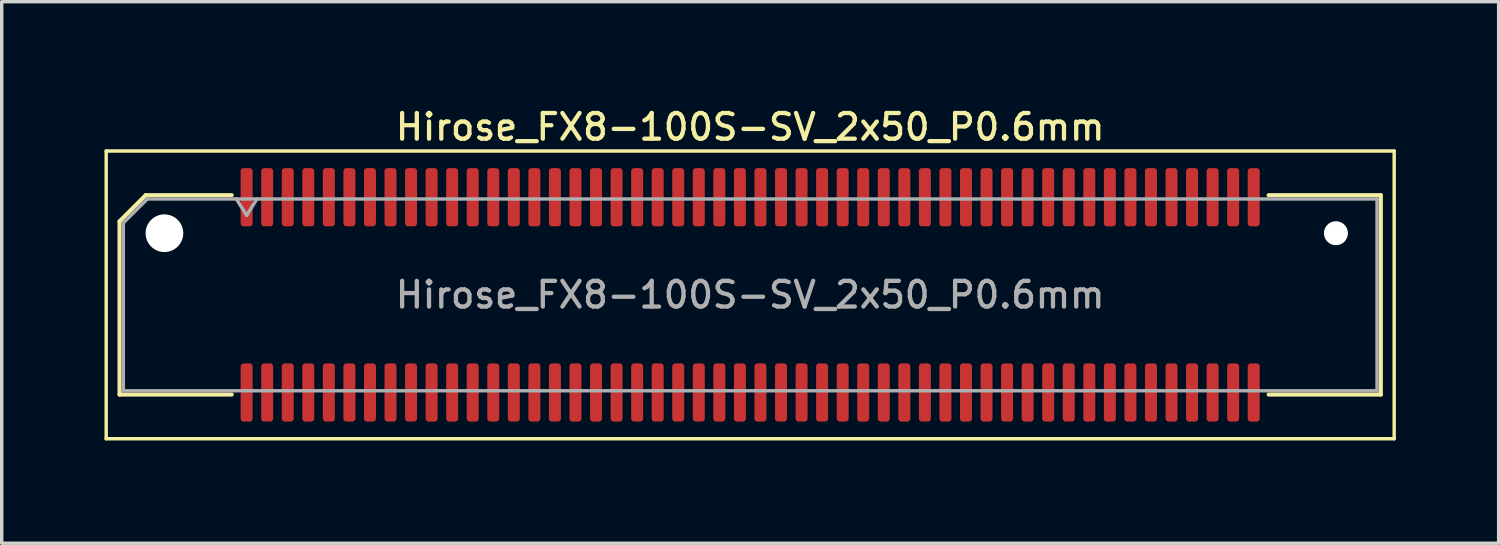
<source format=kicad_pcb>
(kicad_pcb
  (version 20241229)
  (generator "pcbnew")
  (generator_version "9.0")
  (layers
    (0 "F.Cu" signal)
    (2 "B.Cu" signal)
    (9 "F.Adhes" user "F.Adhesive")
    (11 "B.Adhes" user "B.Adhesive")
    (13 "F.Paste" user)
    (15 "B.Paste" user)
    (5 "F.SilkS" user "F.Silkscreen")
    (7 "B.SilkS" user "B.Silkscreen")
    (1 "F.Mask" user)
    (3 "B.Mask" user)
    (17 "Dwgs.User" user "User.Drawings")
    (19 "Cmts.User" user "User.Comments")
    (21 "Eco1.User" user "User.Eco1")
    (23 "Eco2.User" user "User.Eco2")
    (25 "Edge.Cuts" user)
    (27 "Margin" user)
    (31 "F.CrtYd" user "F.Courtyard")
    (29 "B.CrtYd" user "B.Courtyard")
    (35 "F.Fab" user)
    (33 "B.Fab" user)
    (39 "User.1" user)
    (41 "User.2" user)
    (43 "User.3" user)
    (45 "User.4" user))
  (footprint "Hirose_FX8-100S-SV_2x50_P0.6mm"
    (layer "F.Cu")
    (at 18.85 5.558)
    (property "Reference" "Hirose_FX8-100S-SV_2x50_P0.6mm" (at 0 -4.9 0) (layer "F.SilkS") (effects (font (size 0.75 0.75) (thickness 0.125))))
    (attr smd)
    (fp_line (start -18.8 -4.2) (end -18.8 4.2) (stroke (width 0.1) (type solid)) (layer "F.SilkS"))
    (fp_line (start -18.8 4.2) (end 18.8 4.2) (stroke (width 0.1) (type solid)) (layer "F.SilkS"))
    (fp_line (start -18.41 -2.146) (end -17.646 -2.91) (stroke (width 0.12) (type solid)) (layer "F.SilkS"))
    (fp_line (start -18.41 2.91) (end -18.41 -2.146) (stroke (width 0.12) (type solid)) (layer "F.SilkS"))
    (fp_line (start -17.646 -2.91) (end -15.135 -2.91) (stroke (width 0.12) (type solid)) (layer "F.SilkS"))
    (fp_line (start -15.135 2.91) (end -18.41 2.91) (stroke (width 0.12) (type solid)) (layer "F.SilkS"))
    (fp_line (start 15.135 -2.91) (end 18.41 -2.91) (stroke (width 0.12) (type solid)) (layer "F.SilkS"))
    (fp_line (start 18.41 -2.91) (end 18.41 2.91) (stroke (width 0.12) (type solid)) (layer "F.SilkS"))
    (fp_line (start 18.41 2.91) (end 15.135 2.91) (stroke (width 0.12) (type solid)) (layer "F.SilkS"))
    (fp_line (start 18.8 -4.2) (end -18.8 -4.2) (stroke (width 0.1) (type solid)) (layer "F.SilkS"))
    (fp_line (start 18.8 4.2) (end 18.8 -4.2) (stroke (width 0.1) (type solid)) (layer "F.SilkS"))
    (fp_line (start -18.3 -2.1) (end -17.6 -2.8) (stroke (width 0.1) (type solid)) (layer "F.Fab"))
    (fp_line (start -18.3 2.8) (end -18.3 -2.1) (stroke (width 0.1) (type solid)) (layer "F.Fab"))
    (fp_line (start -17.6 -2.8) (end 18.3 -2.8) (stroke (width 0.1) (type solid)) (layer "F.Fab"))
    (fp_line (start -15 -2.8) (end -14.7 -2.32) (stroke (width 0.1) (type solid)) (layer "F.Fab"))
    (fp_line (start -14.7 -2.32) (end -14.4 -2.8) (stroke (width 0.1) (type solid)) (layer "F.Fab"))
    (fp_line (start 18.3 -2.8) (end 18.3 2.8) (stroke (width 0.1) (type solid)) (layer "F.Fab"))
    (fp_line (start 18.3 2.8) (end -18.3 2.8) (stroke (width 0.1) (type solid)) (layer "F.Fab"))
    (fp_text user "${REFERENCE}" (at 0 0 0) (layer "F.Fab") (effects (font (size 0.75 0.75) (thickness 0.125))))
    (pad "" np_thru_hole circle (at -17.1 -1.8) (size 1.1 1.1) (drill 1.1) (layers "*.Cu" "*.Mask"))
    (pad "" np_thru_hole circle (at 17.1 -1.8) (size 0.7 0.7) (drill 0.7) (layers "*.Cu" "*.Mask"))
    (pad "1" smd roundrect (at -14.7 -2.85) (size 0.35 1.7) (layers "F.Cu" "F.Mask" "F.Paste") (roundrect_rratio 0.25))
    (pad "2" smd roundrect (at -14.7 2.85) (size 0.35 1.7) (layers "F.Cu" "F.Mask" "F.Paste") (roundrect_rratio 0.25))
    (pad "3" smd roundrect (at -14.1 -2.85) (size 0.35 1.7) (layers "F.Cu" "F.Mask" "F.Paste") (roundrect_rratio 0.25))
    (pad "4" smd roundrect (at -14.1 2.85) (size 0.35 1.7) (layers "F.Cu" "F.Mask" "F.Paste") (roundrect_rratio 0.25))
    (pad "5" smd roundrect (at -13.5 -2.85) (size 0.35 1.7) (layers "F.Cu" "F.Mask" "F.Paste") (roundrect_rratio 0.25))
    (pad "6" smd roundrect (at -13.5 2.85) (size 0.35 1.7) (layers "F.Cu" "F.Mask" "F.Paste") (roundrect_rratio 0.25))
    (pad "7" smd roundrect (at -12.9 -2.85) (size 0.35 1.7) (layers "F.Cu" "F.Mask" "F.Paste") (roundrect_rratio 0.25))
    (pad "8" smd roundrect (at -12.9 2.85) (size 0.35 1.7) (layers "F.Cu" "F.Mask" "F.Paste") (roundrect_rratio 0.25))
    (pad "9" smd roundrect (at -12.3 -2.85) (size 0.35 1.7) (layers "F.Cu" "F.Mask" "F.Paste") (roundrect_rratio 0.25))
    (pad "10" smd roundrect (at -12.3 2.85) (size 0.35 1.7) (layers "F.Cu" "F.Mask" "F.Paste") (roundrect_rratio 0.25))
    (pad "11" smd roundrect (at -11.7 -2.85) (size 0.35 1.7) (layers "F.Cu" "F.Mask" "F.Paste") (roundrect_rratio 0.25))
    (pad "12" smd roundrect (at -11.7 2.85) (size 0.35 1.7) (layers "F.Cu" "F.Mask" "F.Paste") (roundrect_rratio 0.25))
    (pad "13" smd roundrect (at -11.1 -2.85) (size 0.35 1.7) (layers "F.Cu" "F.Mask" "F.Paste") (roundrect_rratio 0.25))
    (pad "14" smd roundrect (at -11.1 2.85) (size 0.35 1.7) (layers "F.Cu" "F.Mask" "F.Paste") (roundrect_rratio 0.25))
    (pad "15" smd roundrect (at -10.5 -2.85) (size 0.35 1.7) (layers "F.Cu" "F.Mask" "F.Paste") (roundrect_rratio 0.25))
    (pad "16" smd roundrect (at -10.5 2.85) (size 0.35 1.7) (layers "F.Cu" "F.Mask" "F.Paste") (roundrect_rratio 0.25))
    (pad "17" smd roundrect (at -9.9 -2.85) (size 0.35 1.7) (layers "F.Cu" "F.Mask" "F.Paste") (roundrect_rratio 0.25))
    (pad "18" smd roundrect (at -9.9 2.85) (size 0.35 1.7) (layers "F.Cu" "F.Mask" "F.Paste") (roundrect_rratio 0.25))
    (pad "19" smd roundrect (at -9.3 -2.85) (size 0.35 1.7) (layers "F.Cu" "F.Mask" "F.Paste") (roundrect_rratio 0.25))
    (pad "20" smd roundrect (at -9.3 2.85) (size 0.35 1.7) (layers "F.Cu" "F.Mask" "F.Paste") (roundrect_rratio 0.25))
    (pad "21" smd roundrect (at -8.7 -2.85) (size 0.35 1.7) (layers "F.Cu" "F.Mask" "F.Paste") (roundrect_rratio 0.25))
    (pad "22" smd roundrect (at -8.7 2.85) (size 0.35 1.7) (layers "F.Cu" "F.Mask" "F.Paste") (roundrect_rratio 0.25))
    (pad "23" smd roundrect (at -8.1 -2.85) (size 0.35 1.7) (layers "F.Cu" "F.Mask" "F.Paste") (roundrect_rratio 0.25))
    (pad "24" smd roundrect (at -8.1 2.85) (size 0.35 1.7) (layers "F.Cu" "F.Mask" "F.Paste") (roundrect_rratio 0.25))
    (pad "25" smd roundrect (at -7.5 -2.85) (size 0.35 1.7) (layers "F.Cu" "F.Mask" "F.Paste") (roundrect_rratio 0.25))
    (pad "26" smd roundrect (at -7.5 2.85) (size 0.35 1.7) (layers "F.Cu" "F.Mask" "F.Paste") (roundrect_rratio 0.25))
    (pad "27" smd roundrect (at -6.9 -2.85) (size 0.35 1.7) (layers "F.Cu" "F.Mask" "F.Paste") (roundrect_rratio 0.25))
    (pad "28" smd roundrect (at -6.9 2.85) (size 0.35 1.7) (layers "F.Cu" "F.Mask" "F.Paste") (roundrect_rratio 0.25))
    (pad "29" smd roundrect (at -6.3 -2.85) (size 0.35 1.7) (layers "F.Cu" "F.Mask" "F.Paste") (roundrect_rratio 0.25))
    (pad "30" smd roundrect (at -6.3 2.85) (size 0.35 1.7) (layers "F.Cu" "F.Mask" "F.Paste") (roundrect_rratio 0.25))
    (pad "31" smd roundrect (at -5.7 -2.85) (size 0.35 1.7) (layers "F.Cu" "F.Mask" "F.Paste") (roundrect_rratio 0.25))
    (pad "32" smd roundrect (at -5.7 2.85) (size 0.35 1.7) (layers "F.Cu" "F.Mask" "F.Paste") (roundrect_rratio 0.25))
    (pad "33" smd roundrect (at -5.1 -2.85) (size 0.35 1.7) (layers "F.Cu" "F.Mask" "F.Paste") (roundrect_rratio 0.25))
    (pad "34" smd roundrect (at -5.1 2.85) (size 0.35 1.7) (layers "F.Cu" "F.Mask" "F.Paste") (roundrect_rratio 0.25))
    (pad "35" smd roundrect (at -4.5 -2.85) (size 0.35 1.7) (layers "F.Cu" "F.Mask" "F.Paste") (roundrect_rratio 0.25))
    (pad "36" smd roundrect (at -4.5 2.85) (size 0.35 1.7) (layers "F.Cu" "F.Mask" "F.Paste") (roundrect_rratio 0.25))
    (pad "37" smd roundrect (at -3.9 -2.85) (size 0.35 1.7) (layers "F.Cu" "F.Mask" "F.Paste") (roundrect_rratio 0.25))
    (pad "38" smd roundrect (at -3.9 2.85) (size 0.35 1.7) (layers "F.Cu" "F.Mask" "F.Paste") (roundrect_rratio 0.25))
    (pad "39" smd roundrect (at -3.3 -2.85) (size 0.35 1.7) (layers "F.Cu" "F.Mask" "F.Paste") (roundrect_rratio 0.25))
    (pad "40" smd roundrect (at -3.3 2.85) (size 0.35 1.7) (layers "F.Cu" "F.Mask" "F.Paste") (roundrect_rratio 0.25))
    (pad "41" smd roundrect (at -2.7 -2.85) (size 0.35 1.7) (layers "F.Cu" "F.Mask" "F.Paste") (roundrect_rratio 0.25))
    (pad "42" smd roundrect (at -2.7 2.85) (size 0.35 1.7) (layers "F.Cu" "F.Mask" "F.Paste") (roundrect_rratio 0.25))
    (pad "43" smd roundrect (at -2.1 -2.85) (size 0.35 1.7) (layers "F.Cu" "F.Mask" "F.Paste") (roundrect_rratio 0.25))
    (pad "44" smd roundrect (at -2.1 2.85) (size 0.35 1.7) (layers "F.Cu" "F.Mask" "F.Paste") (roundrect_rratio 0.25))
    (pad "45" smd roundrect (at -1.5 -2.85) (size 0.35 1.7) (layers "F.Cu" "F.Mask" "F.Paste") (roundrect_rratio 0.25))
    (pad "46" smd roundrect (at -1.5 2.85) (size 0.35 1.7) (layers "F.Cu" "F.Mask" "F.Paste") (roundrect_rratio 0.25))
    (pad "47" smd roundrect (at -0.9 -2.85) (size 0.35 1.7) (layers "F.Cu" "F.Mask" "F.Paste") (roundrect_rratio 0.25))
    (pad "48" smd roundrect (at -0.9 2.85) (size 0.35 1.7) (layers "F.Cu" "F.Mask" "F.Paste") (roundrect_rratio 0.25))
    (pad "49" smd roundrect (at -0.3 -2.85) (size 0.35 1.7) (layers "F.Cu" "F.Mask" "F.Paste") (roundrect_rratio 0.25))
    (pad "50" smd roundrect (at -0.3 2.85) (size 0.35 1.7) (layers "F.Cu" "F.Mask" "F.Paste") (roundrect_rratio 0.25))
    (pad "51" smd roundrect (at 0.3 -2.85) (size 0.35 1.7) (layers "F.Cu" "F.Mask" "F.Paste") (roundrect_rratio 0.25))
    (pad "52" smd roundrect (at 0.3 2.85) (size 0.35 1.7) (layers "F.Cu" "F.Mask" "F.Paste") (roundrect_rratio 0.25))
    (pad "53" smd roundrect (at 0.9 -2.85) (size 0.35 1.7) (layers "F.Cu" "F.Mask" "F.Paste") (roundrect_rratio 0.25))
    (pad "54" smd roundrect (at 0.9 2.85) (size 0.35 1.7) (layers "F.Cu" "F.Mask" "F.Paste") (roundrect_rratio 0.25))
    (pad "55" smd roundrect (at 1.5 -2.85) (size 0.35 1.7) (layers "F.Cu" "F.Mask" "F.Paste") (roundrect_rratio 0.25))
    (pad "56" smd roundrect (at 1.5 2.85) (size 0.35 1.7) (layers "F.Cu" "F.Mask" "F.Paste") (roundrect_rratio 0.25))
    (pad "57" smd roundrect (at 2.1 -2.85) (size 0.35 1.7) (layers "F.Cu" "F.Mask" "F.Paste") (roundrect_rratio 0.25))
    (pad "58" smd roundrect (at 2.1 2.85) (size 0.35 1.7) (layers "F.Cu" "F.Mask" "F.Paste") (roundrect_rratio 0.25))
    (pad "59" smd roundrect (at 2.7 -2.85) (size 0.35 1.7) (layers "F.Cu" "F.Mask" "F.Paste") (roundrect_rratio 0.25))
    (pad "60" smd roundrect (at 2.7 2.85) (size 0.35 1.7) (layers "F.Cu" "F.Mask" "F.Paste") (roundrect_rratio 0.25))
    (pad "61" smd roundrect (at 3.3 -2.85) (size 0.35 1.7) (layers "F.Cu" "F.Mask" "F.Paste") (roundrect_rratio 0.25))
    (pad "62" smd roundrect (at 3.3 2.85) (size 0.35 1.7) (layers "F.Cu" "F.Mask" "F.Paste") (roundrect_rratio 0.25))
    (pad "63" smd roundrect (at 3.9 -2.85) (size 0.35 1.7) (layers "F.Cu" "F.Mask" "F.Paste") (roundrect_rratio 0.25))
    (pad "64" smd roundrect (at 3.9 2.85) (size 0.35 1.7) (layers "F.Cu" "F.Mask" "F.Paste") (roundrect_rratio 0.25))
    (pad "65" smd roundrect (at 4.5 -2.85) (size 0.35 1.7) (layers "F.Cu" "F.Mask" "F.Paste") (roundrect_rratio 0.25))
    (pad "66" smd roundrect (at 4.5 2.85) (size 0.35 1.7) (layers "F.Cu" "F.Mask" "F.Paste") (roundrect_rratio 0.25))
    (pad "67" smd roundrect (at 5.1 -2.85) (size 0.35 1.7) (layers "F.Cu" "F.Mask" "F.Paste") (roundrect_rratio 0.25))
    (pad "68" smd roundrect (at 5.1 2.85) (size 0.35 1.7) (layers "F.Cu" "F.Mask" "F.Paste") (roundrect_rratio 0.25))
    (pad "69" smd roundrect (at 5.7 -2.85) (size 0.35 1.7) (layers "F.Cu" "F.Mask" "F.Paste") (roundrect_rratio 0.25))
    (pad "70" smd roundrect (at 5.7 2.85) (size 0.35 1.7) (layers "F.Cu" "F.Mask" "F.Paste") (roundrect_rratio 0.25))
    (pad "71" smd roundrect (at 6.3 -2.85) (size 0.35 1.7) (layers "F.Cu" "F.Mask" "F.Paste") (roundrect_rratio 0.25))
    (pad "72" smd roundrect (at 6.3 2.85) (size 0.35 1.7) (layers "F.Cu" "F.Mask" "F.Paste") (roundrect_rratio 0.25))
    (pad "73" smd roundrect (at 6.9 -2.85) (size 0.35 1.7) (layers "F.Cu" "F.Mask" "F.Paste") (roundrect_rratio 0.25))
    (pad "74" smd roundrect (at 6.9 2.85) (size 0.35 1.7) (layers "F.Cu" "F.Mask" "F.Paste") (roundrect_rratio 0.25))
    (pad "75" smd roundrect (at 7.5 -2.85) (size 0.35 1.7) (layers "F.Cu" "F.Mask" "F.Paste") (roundrect_rratio 0.25))
    (pad "76" smd roundrect (at 7.5 2.85) (size 0.35 1.7) (layers "F.Cu" "F.Mask" "F.Paste") (roundrect_rratio 0.25))
    (pad "77" smd roundrect (at 8.1 -2.85) (size 0.35 1.7) (layers "F.Cu" "F.Mask" "F.Paste") (roundrect_rratio 0.25))
    (pad "78" smd roundrect (at 8.1 2.85) (size 0.35 1.7) (layers "F.Cu" "F.Mask" "F.Paste") (roundrect_rratio 0.25))
    (pad "79" smd roundrect (at 8.7 -2.85) (size 0.35 1.7) (layers "F.Cu" "F.Mask" "F.Paste") (roundrect_rratio 0.25))
    (pad "80" smd roundrect (at 8.7 2.85) (size 0.35 1.7) (layers "F.Cu" "F.Mask" "F.Paste") (roundrect_rratio 0.25))
    (pad "81" smd roundrect (at 9.3 -2.85) (size 0.35 1.7) (layers "F.Cu" "F.Mask" "F.Paste") (roundrect_rratio 0.25))
    (pad "82" smd roundrect (at 9.3 2.85) (size 0.35 1.7) (layers "F.Cu" "F.Mask" "F.Paste") (roundrect_rratio 0.25))
    (pad "83" smd roundrect (at 9.9 -2.85) (size 0.35 1.7) (layers "F.Cu" "F.Mask" "F.Paste") (roundrect_rratio 0.25))
    (pad "84" smd roundrect (at 9.9 2.85) (size 0.35 1.7) (layers "F.Cu" "F.Mask" "F.Paste") (roundrect_rratio 0.25))
    (pad "85" smd roundrect (at 10.5 -2.85) (size 0.35 1.7) (layers "F.Cu" "F.Mask" "F.Paste") (roundrect_rratio 0.25))
    (pad "86" smd roundrect (at 10.5 2.85) (size 0.35 1.7) (layers "F.Cu" "F.Mask" "F.Paste") (roundrect_rratio 0.25))
    (pad "87" smd roundrect (at 11.1 -2.85) (size 0.35 1.7) (layers "F.Cu" "F.Mask" "F.Paste") (roundrect_rratio 0.25))
    (pad "88" smd roundrect (at 11.1 2.85) (size 0.35 1.7) (layers "F.Cu" "F.Mask" "F.Paste") (roundrect_rratio 0.25))
    (pad "89" smd roundrect (at 11.7 -2.85) (size 0.35 1.7) (layers "F.Cu" "F.Mask" "F.Paste") (roundrect_rratio 0.25))
    (pad "90" smd roundrect (at 11.7 2.85) (size 0.35 1.7) (layers "F.Cu" "F.Mask" "F.Paste") (roundrect_rratio 0.25))
    (pad "91" smd roundrect (at 12.3 -2.85) (size 0.35 1.7) (layers "F.Cu" "F.Mask" "F.Paste") (roundrect_rratio 0.25))
    (pad "92" smd roundrect (at 12.3 2.85) (size 0.35 1.7) (layers "F.Cu" "F.Mask" "F.Paste") (roundrect_rratio 0.25))
    (pad "93" smd roundrect (at 12.9 -2.85) (size 0.35 1.7) (layers "F.Cu" "F.Mask" "F.Paste") (roundrect_rratio 0.25))
    (pad "94" smd roundrect (at 12.9 2.85) (size 0.35 1.7) (layers "F.Cu" "F.Mask" "F.Paste") (roundrect_rratio 0.25))
    (pad "95" smd roundrect (at 13.5 -2.85) (size 0.35 1.7) (layers "F.Cu" "F.Mask" "F.Paste") (roundrect_rratio 0.25))
    (pad "96" smd roundrect (at 13.5 2.85) (size 0.35 1.7) (layers "F.Cu" "F.Mask" "F.Paste") (roundrect_rratio 0.25))
    (pad "97" smd roundrect (at 14.1 -2.85) (size 0.35 1.7) (layers "F.Cu" "F.Mask" "F.Paste") (roundrect_rratio 0.25))
    (pad "98" smd roundrect (at 14.1 2.85) (size 0.35 1.7) (layers "F.Cu" "F.Mask" "F.Paste") (roundrect_rratio 0.25))
    (pad "99" smd roundrect (at 14.7 -2.85) (size 0.35 1.7) (layers "F.Cu" "F.Mask" "F.Paste") (roundrect_rratio 0.25))
    (pad "100" smd roundrect (at 14.7 2.85) (size 0.35 1.7) (layers "F.Cu" "F.Mask" "F.Paste") (roundrect_rratio 0.25)))
  (gr_rect
    (start -3 -3)
    (end 40.7 12.808)
    (stroke (width 0.1) (type default))
    (fill no)
    (layer "Edge.Cuts")))
</source>
